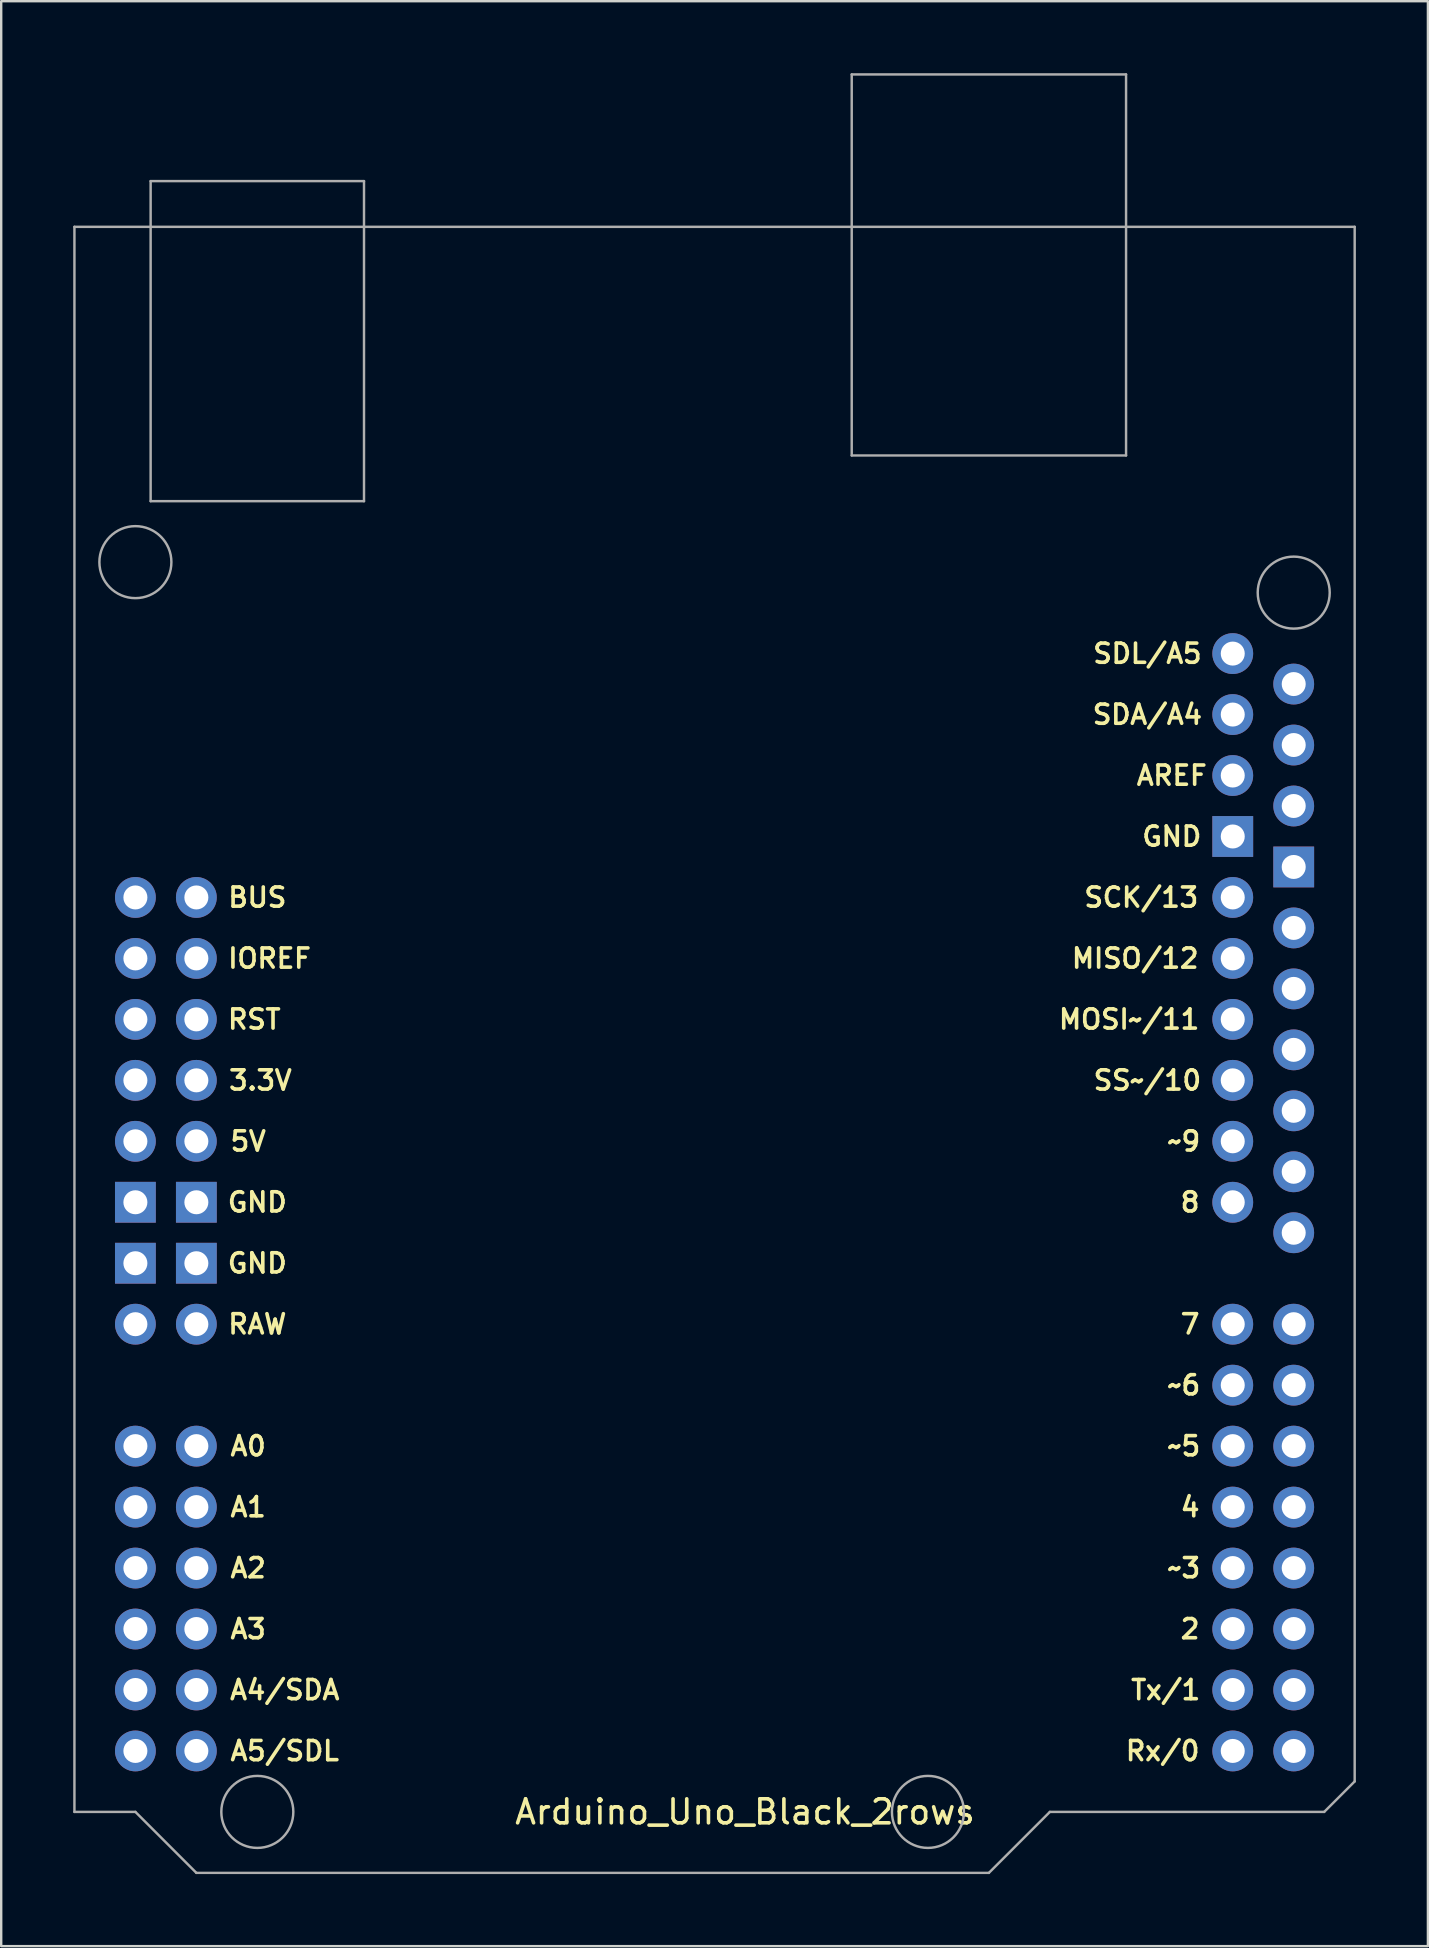
<source format=kicad_pcb>
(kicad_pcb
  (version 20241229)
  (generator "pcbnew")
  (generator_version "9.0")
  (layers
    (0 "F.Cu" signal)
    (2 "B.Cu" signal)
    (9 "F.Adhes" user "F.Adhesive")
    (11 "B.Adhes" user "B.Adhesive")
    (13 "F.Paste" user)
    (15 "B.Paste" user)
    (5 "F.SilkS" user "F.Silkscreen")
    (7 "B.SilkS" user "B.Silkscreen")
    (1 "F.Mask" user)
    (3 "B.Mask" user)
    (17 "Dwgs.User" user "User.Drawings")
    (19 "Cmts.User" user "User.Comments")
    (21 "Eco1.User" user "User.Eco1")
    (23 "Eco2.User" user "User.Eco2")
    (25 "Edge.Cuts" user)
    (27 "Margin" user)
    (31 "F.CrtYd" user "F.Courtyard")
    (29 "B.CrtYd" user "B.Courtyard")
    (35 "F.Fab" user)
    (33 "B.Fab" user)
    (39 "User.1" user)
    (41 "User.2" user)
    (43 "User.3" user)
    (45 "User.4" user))
  (footprint "Arduino_Uno_Black_2rows"
    (layer "F.Cu")
    (at 27.991 39.421)
    (property "Reference" "Arduino_Uno_Black_2rows" (at 0 33.02 0) (layer "F.SilkS") (effects (font (size 1 1) (thickness 0.15))))
    (attr through_hole)
    (fp_line (start -27.94 -33.02) (end -27.94 33.02) (stroke (width 0.102) (type solid)) (layer "F.Fab"))
    (fp_line (start -27.94 33.02) (end -25.4 33.02) (stroke (width 0.102) (type solid)) (layer "F.Fab"))
    (fp_line (start -25.4 33.02) (end -22.86 35.56) (stroke (width 0.102) (type solid)) (layer "F.Fab"))
    (fp_line (start -24.765 -34.925) (end -24.765 -21.59) (stroke (width 0.102) (type solid)) (layer "F.Fab"))
    (fp_line (start -24.765 -34.925) (end -15.875 -34.925) (stroke (width 0.102) (type solid)) (layer "F.Fab"))
    (fp_line (start -24.765 -21.59) (end -15.875 -21.59) (stroke (width 0.102) (type solid)) (layer "F.Fab"))
    (fp_line (start -22.86 35.56) (end 10.16 35.56) (stroke (width 0.102) (type solid)) (layer "F.Fab"))
    (fp_line (start -15.875 -34.925) (end -15.875 -21.59) (stroke (width 0.102) (type solid)) (layer "F.Fab"))
    (fp_line (start 4.445 -39.37) (end 4.445 -23.495) (stroke (width 0.102) (type solid)) (layer "F.Fab"))
    (fp_line (start 4.445 -39.37) (end 15.875 -39.37) (stroke (width 0.102) (type solid)) (layer "F.Fab"))
    (fp_line (start 4.445 -23.495) (end 15.875 -23.495) (stroke (width 0.102) (type solid)) (layer "F.Fab"))
    (fp_line (start 10.16 35.56) (end 12.7 33.02) (stroke (width 0.102) (type solid)) (layer "F.Fab"))
    (fp_line (start 12.7 33.02) (end 24.13 33.02) (stroke (width 0.102) (type solid)) (layer "F.Fab"))
    (fp_line (start 15.875 -39.37) (end 15.875 -23.495) (stroke (width 0.102) (type solid)) (layer "F.Fab"))
    (fp_line (start 24.13 33.02) (end 25.4 31.75) (stroke (width 0.102) (type solid)) (layer "F.Fab"))
    (fp_line (start 25.4 -33.02) (end -27.94 -33.02) (stroke (width 0.102) (type solid)) (layer "F.Fab"))
    (fp_line (start 25.4 31.75) (end 25.4 -33.02) (stroke (width 0.102) (type solid)) (layer "F.Fab"))
    (fp_circle (center -25.4 -19.05) (end -25.4 -17.55) (stroke (width 0.102) (type solid)) (fill no) (layer "F.Fab"))
    (fp_circle (center -20.32 33.02) (end -20.32 34.52) (stroke (width 0.102) (type solid)) (fill no) (layer "F.Fab"))
    (fp_circle (center 7.62 33.02) (end 7.62 34.52) (stroke (width 0.102) (type solid)) (fill no) (layer "F.Fab"))
    (fp_circle (center 22.86 -17.78) (end 22.86 -16.28) (stroke (width 0.102) (type solid)) (fill no) (layer "F.Fab"))
    (fp_text user "A0" (at -20.701 17.78 0) (layer "F.SilkS") (effects (font (size 0.8 0.8) (thickness 0.15))))
    (fp_text user "AREF" (at 17.78 -10.16 0) (layer "F.SilkS") (effects (font (size 0.8 0.8) (thickness 0.15))))
    (fp_text user "Rx/0" (at 17.399 30.48 0) (layer "F.SilkS") (effects (font (size 0.8 0.8) (thickness 0.15))))
    (fp_text user "GND" (at -20.32 7.62 0) (layer "F.SilkS") (effects (font (size 0.8 0.8) (thickness 0.15))))
    (fp_text user "GND" (at -20.32 10.16 0) (layer "F.SilkS") (effects (font (size 0.8 0.8) (thickness 0.15))))
    (fp_text user "SDL/A5" (at 16.764 -15.24 0) (layer "F.SilkS") (effects (font (size 0.8 0.8) (thickness 0.15))))
    (fp_text user "A1" (at -20.701 20.32 0) (layer "F.SilkS") (effects (font (size 0.8 0.8) (thickness 0.15))))
    (fp_text user "MISO/12" (at 16.256 -2.54 0) (layer "F.SilkS") (effects (font (size 0.8 0.8) (thickness 0.15))))
    (fp_text user "~5" (at 18.288 17.78 0) (layer "F.SilkS") (effects (font (size 0.8 0.8) (thickness 0.15))))
    (fp_text user "5V" (at -20.701 5.08 0) (layer "F.SilkS") (effects (font (size 0.8 0.8) (thickness 0.15))))
    (fp_text user "A4/SDA" (at -19.177 27.94 0) (layer "F.SilkS") (effects (font (size 0.8 0.8) (thickness 0.15))))
    (fp_text user "8" (at 18.542 7.62 0) (layer "F.SilkS") (effects (font (size 0.8 0.8) (thickness 0.15))))
    (fp_text user "GND" (at 17.78 -7.62 0) (layer "F.SilkS") (effects (font (size 0.8 0.8) (thickness 0.15))))
    (fp_text user "A3" (at -20.701 25.4 0) (layer "F.SilkS") (effects (font (size 0.8 0.8) (thickness 0.15))))
    (fp_text user "SCK/13" (at 16.51 -5.08 0) (layer "F.SilkS") (effects (font (size 0.8 0.8) (thickness 0.15))))
    (fp_text user "2" (at 18.542 25.4 0) (layer "F.SilkS") (effects (font (size 0.8 0.8) (thickness 0.15))))
    (fp_text user "~9" (at 18.288 5.08 0) (layer "F.SilkS") (effects (font (size 0.8 0.8) (thickness 0.15))))
    (fp_text user "~3" (at 18.288 22.86 0) (layer "F.SilkS") (effects (font (size 0.8 0.8) (thickness 0.15))))
    (fp_text user "3.3V" (at -20.193 2.54 0) (layer "F.SilkS") (effects (font (size 0.8 0.8) (thickness 0.15))))
    (fp_text user "7" (at 18.542 12.7 0) (layer "F.SilkS") (effects (font (size 0.8 0.8) (thickness 0.15))))
    (fp_text user "SDA/A4" (at 16.764 -12.7 0) (layer "F.SilkS") (effects (font (size 0.8 0.8) (thickness 0.15))))
    (fp_text user "4" (at 18.542 20.32 0) (layer "F.SilkS") (effects (font (size 0.8 0.8) (thickness 0.15))))
    (fp_text user "~6" (at 18.288 15.24 0) (layer "F.SilkS") (effects (font (size 0.8 0.8) (thickness 0.15))))
    (fp_text user "BUS" (at -20.32 -5.08 0) (layer "F.SilkS") (effects (font (size 0.8 0.8) (thickness 0.15))))
    (fp_text user "A2" (at -20.701 22.86 0) (layer "F.SilkS") (effects (font (size 0.8 0.8) (thickness 0.15))))
    (fp_text user "SS~/10" (at 16.764 2.54 0) (layer "F.SilkS") (effects (font (size 0.8 0.8) (thickness 0.15))))
    (fp_text user "RST" (at -20.447 0 0) (layer "F.SilkS") (effects (font (size 0.8 0.8) (thickness 0.15))))
    (fp_text user "MOSI~/11" (at 16.002 0 0) (layer "F.SilkS") (effects (font (size 0.8 0.8) (thickness 0.15))))
    (fp_text user "RAW" (at -20.32 12.7 0) (layer "F.SilkS") (effects (font (size 0.8 0.8) (thickness 0.15))))
    (fp_text user "A5/SDL" (at -19.177 30.48 0) (layer "F.SilkS") (effects (font (size 0.8 0.8) (thickness 0.15))))
    (fp_text user "Tx/1" (at 17.526 27.94 0) (layer "F.SilkS") (effects (font (size 0.8 0.8) (thickness 0.15))))
    (fp_text user "IOREF" (at -19.812 -2.54 0) (layer "F.SilkS") (effects (font (size 0.8 0.8) (thickness 0.15))))
    (pad "1" thru_hole circle (at 20.32 22.86 270) (size 1.7 1.7) (drill 1) (layers "*.Cu" "*.Mask"))
    (pad "1" thru_hole circle (at 22.86 22.86 270) (size 1.7 1.7) (drill 1) (layers "*.Cu" "*.Mask"))
    (pad "2" thru_hole circle (at 20.32 20.32 270) (size 1.7 1.7) (drill 1) (layers "*.Cu" "*.Mask"))
    (pad "2" thru_hole circle (at 22.86 20.32 270) (size 1.7 1.7) (drill 1) (layers "*.Cu" "*.Mask"))
    (pad "3" thru_hole rect (at -25.4 7.62 270) (size 1.7 1.7) (drill 1) (layers "*.Cu" "*.Mask"))
    (pad "3" thru_hole rect (at -22.86 7.62 270) (size 1.7 1.7) (drill 1) (layers "*.Cu" "*.Mask"))
    (pad "5" thru_hole rect (at -25.4 10.16 270) (size 1.7 1.7) (drill 1) (layers "*.Cu" "*.Mask"))
    (pad "5" thru_hole rect (at -22.86 10.16 270) (size 1.7 1.7) (drill 1) (layers "*.Cu" "*.Mask"))
    (pad "6" thru_hole circle (at -25.4 5.08 270) (size 1.7 1.7) (drill 1) (layers "*.Cu" "*.Mask"))
    (pad "6" thru_hole circle (at -22.86 5.08 270) (size 1.7 1.7) (drill 1) (layers "*.Cu" "*.Mask"))
    (pad "9" thru_hole circle (at 20.32 17.78 270) (size 1.7 1.7) (drill 1) (layers "*.Cu" "*.Mask"))
    (pad "9" thru_hole circle (at 22.86 17.78 270) (size 1.7 1.7) (drill 1) (layers "*.Cu" "*.Mask"))
    (pad "10" thru_hole circle (at 20.32 15.24 270) (size 1.7 1.7) (drill 1) (layers "*.Cu" "*.Mask"))
    (pad "10" thru_hole circle (at 22.86 15.24 270) (size 1.7 1.7) (drill 1) (layers "*.Cu" "*.Mask"))
    (pad "11" thru_hole circle (at 20.32 12.7 270) (size 1.7 1.7) (drill 1) (layers "*.Cu" "*.Mask"))
    (pad "11" thru_hole circle (at 22.86 12.7 270) (size 1.7 1.7) (drill 1) (layers "*.Cu" "*.Mask"))
    (pad "12" thru_hole circle (at 20.32 7.62 270) (size 1.7 1.7) (drill 1) (layers "*.Cu" "*.Mask"))
    (pad "12" thru_hole circle (at 22.86 8.89 270) (size 1.7 1.7) (drill 1) (layers "*.Cu" "*.Mask"))
    (pad "13" thru_hole circle (at 20.32 5.08 270) (size 1.7 1.7) (drill 1) (layers "*.Cu" "*.Mask"))
    (pad "13" thru_hole circle (at 22.86 6.35 270) (size 1.7 1.7) (drill 1) (layers "*.Cu" "*.Mask"))
    (pad "14" thru_hole circle (at 20.32 2.54 270) (size 1.7 1.7) (drill 1) (layers "*.Cu" "*.Mask"))
    (pad "14" thru_hole circle (at 22.86 3.81 270) (size 1.7 1.7) (drill 1) (layers "*.Cu" "*.Mask"))
    (pad "15" thru_hole circle (at 20.32 0 270) (size 1.7 1.7) (drill 1) (layers "*.Cu" "*.Mask"))
    (pad "15" thru_hole circle (at 22.86 1.27 270) (size 1.7 1.7) (drill 1) (layers "*.Cu" "*.Mask"))
    (pad "16" thru_hole circle (at 20.32 -2.54 270) (size 1.7 1.7) (drill 1) (layers "*.Cu" "*.Mask"))
    (pad "16" thru_hole circle (at 22.86 -1.27 270) (size 1.7 1.7) (drill 1) (layers "*.Cu" "*.Mask"))
    (pad "17" thru_hole circle (at 20.32 -5.08 270) (size 1.7 1.7) (drill 1) (layers "*.Cu" "*.Mask"))
    (pad "17" thru_hole circle (at 22.86 -3.81 270) (size 1.7 1.7) (drill 1) (layers "*.Cu" "*.Mask"))
    (pad "20" thru_hole circle (at 20.32 -10.16 270) (size 1.7 1.7) (drill 1) (layers "*.Cu" "*.Mask"))
    (pad "20" thru_hole circle (at 22.86 -8.89 270) (size 1.7 1.7) (drill 1) (layers "*.Cu" "*.Mask"))
    (pad "21" thru_hole rect (at 20.32 -7.62 270) (size 1.7 1.7) (drill 1) (layers "*.Cu" "*.Mask"))
    (pad "21" thru_hole rect (at 22.86 -6.35 270) (size 1.7 1.7) (drill 1) (layers "*.Cu" "*.Mask"))
    (pad "23" thru_hole circle (at -25.4 17.78 270) (size 1.7 1.7) (drill 1) (layers "*.Cu" "*.Mask"))
    (pad "23" thru_hole circle (at -22.86 17.78 270) (size 1.7 1.7) (drill 1) (layers "*.Cu" "*.Mask"))
    (pad "24" thru_hole circle (at -25.4 20.32 270) (size 1.7 1.7) (drill 1) (layers "*.Cu" "*.Mask"))
    (pad "24" thru_hole circle (at -22.86 20.32 270) (size 1.7 1.7) (drill 1) (layers "*.Cu" "*.Mask"))
    (pad "25" thru_hole circle (at -25.4 22.86 270) (size 1.7 1.7) (drill 1) (layers "*.Cu" "*.Mask"))
    (pad "25" thru_hole circle (at -22.86 22.86 270) (size 1.7 1.7) (drill 1) (layers "*.Cu" "*.Mask"))
    (pad "26" thru_hole circle (at -25.4 25.4 270) (size 1.7 1.7) (drill 1) (layers "*.Cu" "*.Mask"))
    (pad "26" thru_hole circle (at -22.86 25.4 270) (size 1.7 1.7) (drill 1) (layers "*.Cu" "*.Mask"))
    (pad "27" thru_hole circle (at -25.4 27.94 270) (size 1.7 1.7) (drill 1) (layers "*.Cu" "*.Mask"))
    (pad "27" thru_hole circle (at -22.86 27.94 270) (size 1.7 1.7) (drill 1) (layers "*.Cu" "*.Mask"))
    (pad "27" thru_hole circle (at 20.32 -12.7 270) (size 1.7 1.7) (drill 1) (layers "*.Cu" "*.Mask"))
    (pad "27" thru_hole circle (at 22.86 -11.43 270) (size 1.7 1.7) (drill 1) (layers "*.Cu" "*.Mask"))
    (pad "28" thru_hole circle (at -25.4 30.48 270) (size 1.7 1.7) (drill 1) (layers "*.Cu" "*.Mask"))
    (pad "28" thru_hole circle (at -22.86 30.48 270) (size 1.7 1.7) (drill 1) (layers "*.Cu" "*.Mask"))
    (pad "28" thru_hole circle (at 20.32 -15.24 270) (size 1.7 1.7) (drill 1) (layers "*.Cu" "*.Mask"))
    (pad "28" thru_hole circle (at 22.86 -13.97 270) (size 1.7 1.7) (drill 1) (layers "*.Cu" "*.Mask"))
    (pad "29" thru_hole circle (at -25.4 0 270) (size 1.7 1.7) (drill 1) (layers "*.Cu" "*.Mask"))
    (pad "29" thru_hole circle (at -22.86 0 270) (size 1.7 1.7) (drill 1) (layers "*.Cu" "*.Mask"))
    (pad "30" thru_hole circle (at 20.32 30.48 270) (size 1.7 1.7) (drill 1) (layers "*.Cu" "*.Mask"))
    (pad "30" thru_hole circle (at 22.86 30.48 270) (size 1.7 1.7) (drill 1) (layers "*.Cu" "*.Mask"))
    (pad "31" thru_hole circle (at 20.32 27.94 270) (size 1.7 1.7) (drill 1) (layers "*.Cu" "*.Mask"))
    (pad "31" thru_hole circle (at 22.86 27.94 270) (size 1.7 1.7) (drill 1) (layers "*.Cu" "*.Mask"))
    (pad "32" thru_hole circle (at 20.32 25.4 270) (size 1.7 1.7) (drill 1) (layers "*.Cu" "*.Mask"))
    (pad "32" thru_hole circle (at 22.86 25.4 270) (size 1.7 1.7) (drill 1) (layers "*.Cu" "*.Mask"))
    (pad "90" thru_hole circle (at -25.4 -5.08 270) (size 1.7 1.7) (drill 1) (layers "*.Cu" "*.Mask"))
    (pad "90" thru_hole circle (at -22.86 -5.08 270) (size 1.7 1.7) (drill 1) (layers "*.Cu" "*.Mask"))
    (pad "94" thru_hole circle (at -25.4 2.54 270) (size 1.7 1.7) (drill 1) (layers "*.Cu" "*.Mask"))
    (pad "94" thru_hole circle (at -22.86 2.54 270) (size 1.7 1.7) (drill 1) (layers "*.Cu" "*.Mask"))
    (pad "96" thru_hole circle (at -25.4 -2.54 270) (size 1.7 1.7) (drill 1) (layers "*.Cu" "*.Mask"))
    (pad "96" thru_hole circle (at -22.86 -2.54 270) (size 1.7 1.7) (drill 1) (layers "*.Cu" "*.Mask"))
    (pad "99" thru_hole circle (at -25.4 12.7 270) (size 1.7 1.7) (drill 1) (layers "*.Cu" "*.Mask"))
    (pad "99" thru_hole circle (at -22.86 12.7 270) (size 1.7 1.7) (drill 1) (layers "*.Cu" "*.Mask")))
  (gr_rect
    (start -3 -3)
    (end 56.442 78.032)
    (stroke (width 0.1) (type default))
    (fill no)
    (layer "Edge.Cuts")))
</source>
